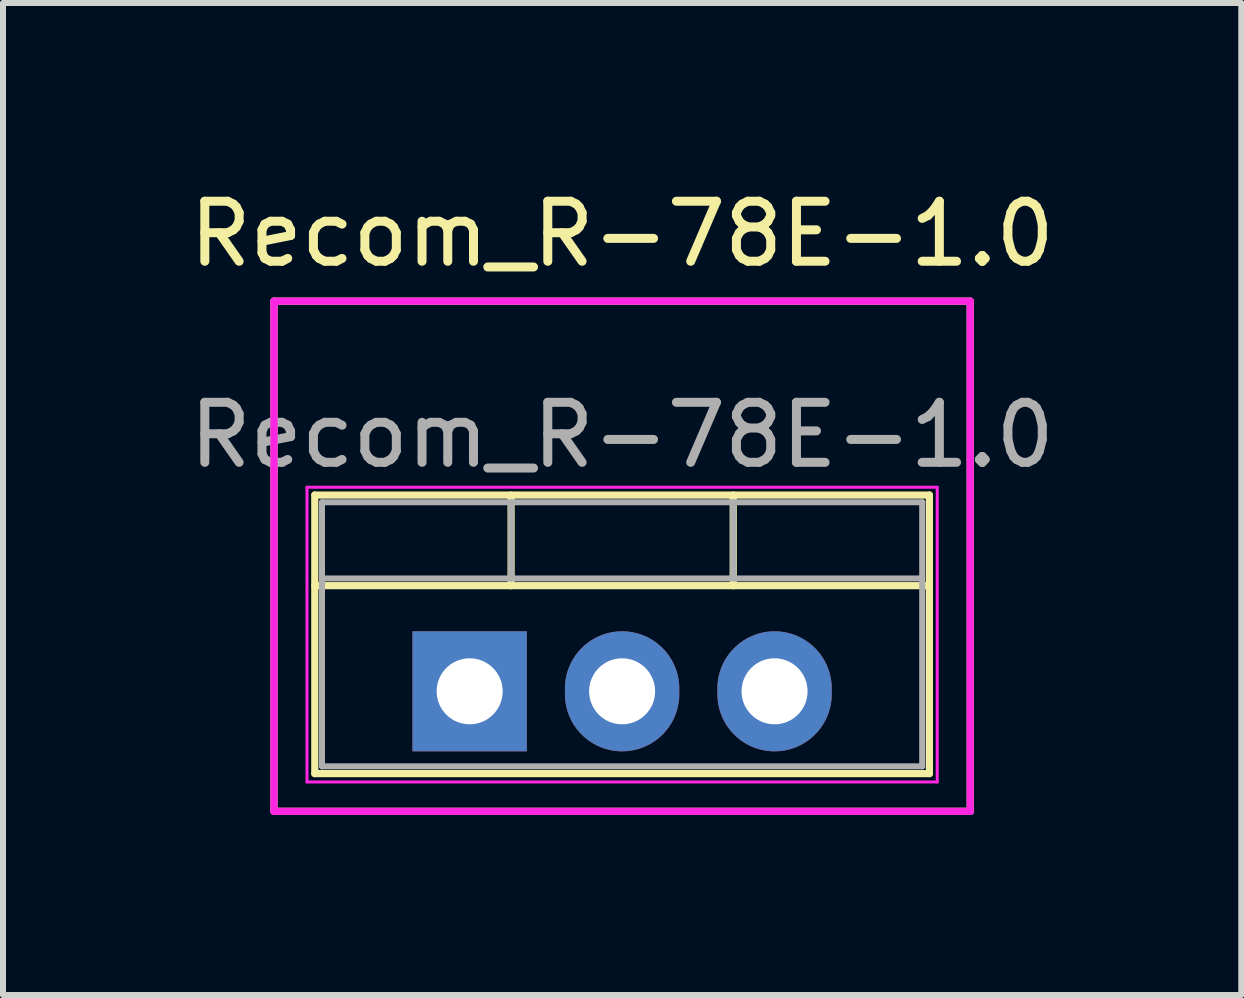
<source format=kicad_pcb>
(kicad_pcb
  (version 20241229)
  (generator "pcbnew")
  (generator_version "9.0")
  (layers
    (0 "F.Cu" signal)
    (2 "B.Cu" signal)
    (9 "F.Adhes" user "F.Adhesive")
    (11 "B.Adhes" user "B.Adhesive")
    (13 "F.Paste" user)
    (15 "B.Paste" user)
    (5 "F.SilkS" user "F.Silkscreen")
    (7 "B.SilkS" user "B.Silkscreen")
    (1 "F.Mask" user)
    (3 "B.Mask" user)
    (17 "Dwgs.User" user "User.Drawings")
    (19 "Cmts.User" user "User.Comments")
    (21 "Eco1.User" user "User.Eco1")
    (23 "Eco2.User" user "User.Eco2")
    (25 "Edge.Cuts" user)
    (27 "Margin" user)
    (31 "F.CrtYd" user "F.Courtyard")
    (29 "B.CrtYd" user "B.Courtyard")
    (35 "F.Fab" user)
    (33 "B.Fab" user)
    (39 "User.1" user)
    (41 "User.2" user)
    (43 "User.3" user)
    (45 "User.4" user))
  (footprint "Recom_R-78E-1.0"
    (layer "F.Cu")
    (at 4.775 8.468)
    (property "Reference" "Recom_R-78E-1.0" (at 2.54 -7.62 0) (layer "F.SilkS") (effects (font (size 1 1) (thickness 0.15))))
    (attr through_hole)
    (fp_line (start -3.26 -6.5) (end -3.26 2) (stroke (width 0.12) (type solid)) (layer "F.SilkS"))
    (fp_line (start -3.26 -6.5) (end 8.34 -6.5) (stroke (width 0.12) (type solid)) (layer "F.SilkS"))
    (fp_line (start -3.26 2) (end 8.34 2) (stroke (width 0.12) (type solid)) (layer "F.SilkS"))
    (fp_line (start -2.58 -3.27) (end -2.58 1.371) (stroke (width 0.12) (type solid)) (layer "F.SilkS"))
    (fp_line (start -2.58 -3.27) (end 7.66 -3.27) (stroke (width 0.12) (type solid)) (layer "F.SilkS"))
    (fp_line (start -2.58 -1.76) (end 7.66 -1.76) (stroke (width 0.12) (type solid)) (layer "F.SilkS"))
    (fp_line (start -2.58 1.371) (end 7.66 1.371) (stroke (width 0.12) (type solid)) (layer "F.SilkS"))
    (fp_line (start 0.69 -3.27) (end 0.69 -1.76) (stroke (width 0.12) (type solid)) (layer "F.SilkS"))
    (fp_line (start 4.391 -3.27) (end 4.391 -1.76) (stroke (width 0.12) (type solid)) (layer "F.SilkS"))
    (fp_line (start 7.66 -3.27) (end 7.66 1.371) (stroke (width 0.12) (type solid)) (layer "F.SilkS"))
    (fp_line (start 8.34 -6.5) (end 8.34 2) (stroke (width 0.12) (type solid)) (layer "F.SilkS"))
    (fp_line (start -3.26 -6.5) (end -3.26 2) (stroke (width 0.12) (type solid)) (layer "F.CrtYd"))
    (fp_line (start -3.26 -6.5) (end 8.34 -6.5) (stroke (width 0.12) (type solid)) (layer "F.CrtYd"))
    (fp_line (start -3.26 2) (end 8.34 2) (stroke (width 0.12) (type solid)) (layer "F.CrtYd"))
    (fp_line (start -2.71 -3.4) (end -2.71 1.51) (stroke (width 0.05) (type solid)) (layer "F.CrtYd"))
    (fp_line (start -2.71 1.51) (end 7.79 1.51) (stroke (width 0.05) (type solid)) (layer "F.CrtYd"))
    (fp_line (start 7.79 -3.4) (end -2.71 -3.4) (stroke (width 0.05) (type solid)) (layer "F.CrtYd"))
    (fp_line (start 7.79 1.51) (end 7.79 -3.4) (stroke (width 0.05) (type solid)) (layer "F.CrtYd"))
    (fp_line (start 8.34 -6.5) (end 8.34 2) (stroke (width 0.12) (type solid)) (layer "F.CrtYd"))
    (fp_line (start -2.46 -3.15) (end -2.46 1.25) (stroke (width 0.1) (type solid)) (layer "F.Fab"))
    (fp_line (start -2.46 -1.88) (end 7.54 -1.88) (stroke (width 0.1) (type solid)) (layer "F.Fab"))
    (fp_line (start -2.46 1.25) (end 7.54 1.25) (stroke (width 0.1) (type solid)) (layer "F.Fab"))
    (fp_line (start 0.69 -3.15) (end 0.69 -1.88) (stroke (width 0.1) (type solid)) (layer "F.Fab"))
    (fp_line (start 4.39 -3.15) (end 4.39 -1.88) (stroke (width 0.1) (type solid)) (layer "F.Fab"))
    (fp_line (start 7.54 -3.15) (end -2.46 -3.15) (stroke (width 0.1) (type solid)) (layer "F.Fab"))
    (fp_line (start 7.54 1.25) (end 7.54 -3.15) (stroke (width 0.1) (type solid)) (layer "F.Fab"))
    (fp_text user "${REFERENCE}" (at 2.54 -4.27 0) (layer "F.Fab") (effects (font (size 1 1) (thickness 0.15))))
    (pad "1" thru_hole rect (at 0 0) (size 1.905 2) (drill 1.1) (layers "*.Cu" "*.Mask"))
    (pad "2" thru_hole oval (at 2.54 0) (size 1.905 2) (drill 1.1) (layers "*.Cu" "*.Mask"))
    (pad "3" thru_hole oval (at 5.08 0) (size 1.905 2) (drill 1.1) (layers "*.Cu" "*.Mask")))
  (gr_rect
    (start -3 -3)
    (end 17.631 13.528)
    (stroke (width 0.1) (type default))
    (fill no)
    (layer "Edge.Cuts")))
</source>
